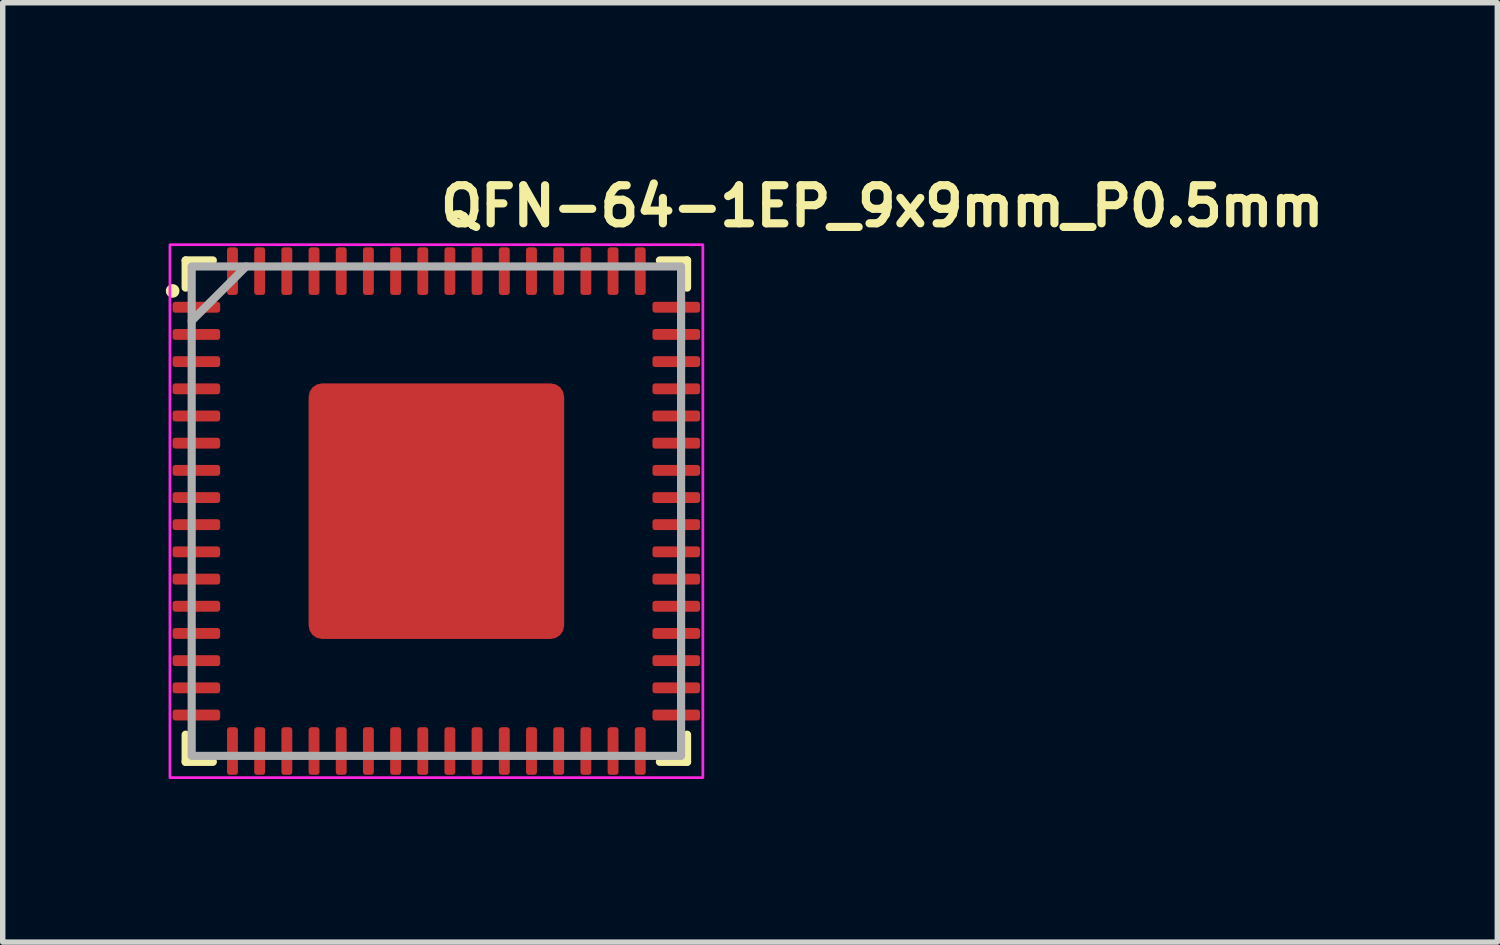
<source format=kicad_pcb>
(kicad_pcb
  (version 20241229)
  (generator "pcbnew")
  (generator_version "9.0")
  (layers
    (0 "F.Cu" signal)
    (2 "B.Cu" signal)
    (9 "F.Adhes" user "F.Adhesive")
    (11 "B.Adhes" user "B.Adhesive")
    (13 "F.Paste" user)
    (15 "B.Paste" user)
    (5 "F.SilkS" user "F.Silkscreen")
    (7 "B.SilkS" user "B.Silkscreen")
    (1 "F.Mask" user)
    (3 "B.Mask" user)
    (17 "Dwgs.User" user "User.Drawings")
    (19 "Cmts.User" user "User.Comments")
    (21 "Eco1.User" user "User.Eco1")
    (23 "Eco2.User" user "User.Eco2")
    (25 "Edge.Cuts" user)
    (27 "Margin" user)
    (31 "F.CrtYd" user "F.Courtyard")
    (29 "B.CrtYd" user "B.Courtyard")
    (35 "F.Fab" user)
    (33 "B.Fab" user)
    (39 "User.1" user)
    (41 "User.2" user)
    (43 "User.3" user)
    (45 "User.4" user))
  (footprint "QFN-64-1EP_9x9mm_P0.5mm"
    (layer "F.Cu")
    (at 4.975 6.35)
    (property "Reference" "QFN-64-1EP_9x9mm_P0.5mm" (at 0 -5.2 0) (layer "F.SilkS") (effects (font (size 0.7 0.7) (thickness 0.15)) (justify left bottom)))
    (attr smd)
    (fp_line (start -4.611 -4.111) (end -4.611 -4.611) (stroke (width 0.15) (type solid)) (layer "F.SilkS"))
    (fp_line (start -4.611 4.61) (end -4.611 4.11) (stroke (width 0.15) (type solid)) (layer "F.SilkS"))
    (fp_line (start -4.111 -4.611) (end -4.611 -4.611) (stroke (width 0.15) (type solid)) (layer "F.SilkS"))
    (fp_line (start -4.111 4.61) (end -4.611 4.61) (stroke (width 0.15) (type solid)) (layer "F.SilkS"))
    (fp_line (start 4.11 -4.611) (end 4.61 -4.611) (stroke (width 0.15) (type solid)) (layer "F.SilkS"))
    (fp_line (start 4.11 4.61) (end 4.61 4.61) (stroke (width 0.15) (type solid)) (layer "F.SilkS"))
    (fp_line (start 4.61 -4.611) (end 4.61 -4.111) (stroke (width 0.15) (type solid)) (layer "F.SilkS"))
    (fp_line (start 4.61 4.61) (end 4.61 4.11) (stroke (width 0.15) (type solid)) (layer "F.SilkS"))
    (fp_circle (center -4.85 -4.05) (end -4.8 -4.05) (stroke (width 0.15) (type solid)) (fill yes) (layer "F.SilkS"))
    (fp_rect (start -4.9 -4.9) (end 4.9 4.9) (stroke (width 0.05) (type solid)) (fill no) (layer "F.CrtYd"))
    (fp_line (start -4.5 -3.5) (end -3.5 -4.5) (stroke (width 0.15) (type solid)) (layer "F.Fab"))
    (fp_rect (start 4.5 4.5) (end -4.5 -4.5) (stroke (width 0.15) (type solid)) (fill no) (layer "F.Fab"))
    (fp_rect (start -4.51 -4.51) (end 4.509 4.509) (stroke (width 0.1) (type solid)) (fill no) (layer "User.5"))
    (fp_line (start -4.51 -3.875) (end -4.51 -3.625) (stroke (width 0.02) (type solid)) (layer "User.9"))
    (fp_line (start -4.51 -3.375) (end -4.51 -3.125) (stroke (width 0.02) (type solid)) (layer "User.9"))
    (fp_line (start -4.51 -2.875) (end -4.51 -2.625) (stroke (width 0.02) (type solid)) (layer "User.9"))
    (fp_line (start -4.51 -2.375) (end -4.51 -2.125) (stroke (width 0.02) (type solid)) (layer "User.9"))
    (fp_line (start -4.51 -1.875) (end -4.51 -1.625) (stroke (width 0.02) (type solid)) (layer "User.9"))
    (fp_line (start -4.51 -1.375) (end -4.51 -1.125) (stroke (width 0.02) (type solid)) (layer "User.9"))
    (fp_line (start -4.51 -0.875) (end -4.51 -0.625) (stroke (width 0.02) (type solid)) (layer "User.9"))
    (fp_line (start -4.51 -0.375) (end -4.51 -0.125) (stroke (width 0.02) (type solid)) (layer "User.9"))
    (fp_line (start -4.51 0.123) (end -4.51 0.373) (stroke (width 0.02) (type solid)) (layer "User.9"))
    (fp_line (start -4.51 0.623) (end -4.51 0.873) (stroke (width 0.02) (type solid)) (layer "User.9"))
    (fp_line (start -4.51 1.124) (end -4.51 1.374) (stroke (width 0.02) (type solid)) (layer "User.9"))
    (fp_line (start -4.51 1.624) (end -4.51 1.874) (stroke (width 0.02) (type solid)) (layer "User.9"))
    (fp_line (start -4.51 2.124) (end -4.51 2.374) (stroke (width 0.02) (type solid)) (layer "User.9"))
    (fp_line (start -4.51 2.624) (end -4.51 2.874) (stroke (width 0.02) (type solid)) (layer "User.9"))
    (fp_line (start -4.51 3.124) (end -4.51 3.374) (stroke (width 0.02) (type solid)) (layer "User.9"))
    (fp_line (start -4.51 3.624) (end -4.51 3.874) (stroke (width 0.02) (type solid)) (layer "User.9"))
    (fp_line (start -4.5 -4.08) (end -4.5 -3.875) (stroke (width 0.02) (type solid)) (layer "User.9"))
    (fp_line (start -4.5 -3.625) (end -4.5 -3.375) (stroke (width 0.02) (type solid)) (layer "User.9"))
    (fp_line (start -4.5 -3.125) (end -4.5 -2.875) (stroke (width 0.02) (type solid)) (layer "User.9"))
    (fp_line (start -4.5 -2.625) (end -4.5 -2.375) (stroke (width 0.02) (type solid)) (layer "User.9"))
    (fp_line (start -4.5 -2.125) (end -4.5 -1.875) (stroke (width 0.02) (type solid)) (layer "User.9"))
    (fp_line (start -4.5 -1.625) (end -4.5 -1.375) (stroke (width 0.02) (type solid)) (layer "User.9"))
    (fp_line (start -4.5 -1.125) (end -4.5 -0.875) (stroke (width 0.02) (type solid)) (layer "User.9"))
    (fp_line (start -4.5 -0.625) (end -4.5 -0.375) (stroke (width 0.02) (type solid)) (layer "User.9"))
    (fp_line (start -4.5 -0.125) (end -4.5 0.123) (stroke (width 0.02) (type solid)) (layer "User.9"))
    (fp_line (start -4.5 0.373) (end -4.5 0.623) (stroke (width 0.02) (type solid)) (layer "User.9"))
    (fp_line (start -4.5 0.873) (end -4.5 1.124) (stroke (width 0.02) (type solid)) (layer "User.9"))
    (fp_line (start -4.5 1.374) (end -4.5 1.624) (stroke (width 0.02) (type solid)) (layer "User.9"))
    (fp_line (start -4.5 1.874) (end -4.5 2.124) (stroke (width 0.02) (type solid)) (layer "User.9"))
    (fp_line (start -4.5 2.374) (end -4.5 2.624) (stroke (width 0.02) (type solid)) (layer "User.9"))
    (fp_line (start -4.5 2.874) (end -4.5 3.124) (stroke (width 0.02) (type solid)) (layer "User.9"))
    (fp_line (start -4.5 3.374) (end -4.5 3.624) (stroke (width 0.02) (type solid)) (layer "User.9"))
    (fp_line (start -4.5 3.874) (end -4.5 4.078) (stroke (width 0.02) (type solid)) (layer "User.9"))
    (fp_line (start -4.5 4.078) (end -4.08 4.498) (stroke (width 0.02) (type solid)) (layer "User.9"))
    (fp_line (start -4.375 -4.029) (end -4.375 -3.875) (stroke (width 0.02) (type solid)) (layer "User.9"))
    (fp_line (start -4.375 -4.029) (end -4.233 -3.971) (stroke (width 0.02) (type solid)) (layer "User.9"))
    (fp_line (start -4.375 -3.625) (end -4.375 -3.375) (stroke (width 0.02) (type solid)) (layer "User.9"))
    (fp_line (start -4.375 -3.125) (end -4.375 -2.875) (stroke (width 0.02) (type solid)) (layer "User.9"))
    (fp_line (start -4.375 -2.625) (end -4.375 -2.375) (stroke (width 0.02) (type solid)) (layer "User.9"))
    (fp_line (start -4.375 -2.125) (end -4.375 -1.875) (stroke (width 0.02) (type solid)) (layer "User.9"))
    (fp_line (start -4.375 -1.625) (end -4.375 -1.375) (stroke (width 0.02) (type solid)) (layer "User.9"))
    (fp_line (start -4.375 -1.125) (end -4.375 -0.875) (stroke (width 0.02) (type solid)) (layer "User.9"))
    (fp_line (start -4.375 -0.625) (end -4.375 -0.375) (stroke (width 0.02) (type solid)) (layer "User.9"))
    (fp_line (start -4.375 -0.125) (end -4.375 0.123) (stroke (width 0.02) (type solid)) (layer "User.9"))
    (fp_line (start -4.375 0.373) (end -4.375 0.623) (stroke (width 0.02) (type solid)) (layer "User.9"))
    (fp_line (start -4.375 0.873) (end -4.375 1.124) (stroke (width 0.02) (type solid)) (layer "User.9"))
    (fp_line (start -4.375 1.374) (end -4.375 1.624) (stroke (width 0.02) (type solid)) (layer "User.9"))
    (fp_line (start -4.375 1.874) (end -4.375 2.124) (stroke (width 0.02) (type solid)) (layer "User.9"))
    (fp_line (start -4.375 2.374) (end -4.375 2.624) (stroke (width 0.02) (type solid)) (layer "User.9"))
    (fp_line (start -4.375 2.874) (end -4.375 3.124) (stroke (width 0.02) (type solid)) (layer "User.9"))
    (fp_line (start -4.375 3.374) (end -4.375 3.624) (stroke (width 0.02) (type solid)) (layer "User.9"))
    (fp_line (start -4.375 3.874) (end -4.375 4.028) (stroke (width 0.02) (type solid)) (layer "User.9"))
    (fp_line (start -4.375 4.028) (end -4.029 4.373) (stroke (width 0.02) (type solid)) (layer "User.9"))
    (fp_line (start -4.374 -3.875) (end -4.51 -3.875) (stroke (width 0.02) (type solid)) (layer "User.9"))
    (fp_line (start -4.374 -3.875) (end -4.374 -3.625) (stroke (width 0.02) (type solid)) (layer "User.9"))
    (fp_line (start -4.374 -3.625) (end -4.51 -3.625) (stroke (width 0.02) (type solid)) (layer "User.9"))
    (fp_line (start -4.374 -3.375) (end -4.51 -3.375) (stroke (width 0.02) (type solid)) (layer "User.9"))
    (fp_line (start -4.374 -3.375) (end -4.374 -3.125) (stroke (width 0.02) (type solid)) (layer "User.9"))
    (fp_line (start -4.374 -3.125) (end -4.51 -3.125) (stroke (width 0.02) (type solid)) (layer "User.9"))
    (fp_line (start -4.374 -2.875) (end -4.51 -2.875) (stroke (width 0.02) (type solid)) (layer "User.9"))
    (fp_line (start -4.374 -2.875) (end -4.374 -2.625) (stroke (width 0.02) (type solid)) (layer "User.9"))
    (fp_line (start -4.374 -2.625) (end -4.51 -2.625) (stroke (width 0.02) (type solid)) (layer "User.9"))
    (fp_line (start -4.374 -2.375) (end -4.51 -2.375) (stroke (width 0.02) (type solid)) (layer "User.9"))
    (fp_line (start -4.374 -2.375) (end -4.374 -2.125) (stroke (width 0.02) (type solid)) (layer "User.9"))
    (fp_line (start -4.374 -2.125) (end -4.51 -2.125) (stroke (width 0.02) (type solid)) (layer "User.9"))
    (fp_line (start -4.374 -1.875) (end -4.51 -1.875) (stroke (width 0.02) (type solid)) (layer "User.9"))
    (fp_line (start -4.374 -1.875) (end -4.374 -1.625) (stroke (width 0.02) (type solid)) (layer "User.9"))
    (fp_line (start -4.374 -1.625) (end -4.51 -1.625) (stroke (width 0.02) (type solid)) (layer "User.9"))
    (fp_line (start -4.374 -1.375) (end -4.51 -1.375) (stroke (width 0.02) (type solid)) (layer "User.9"))
    (fp_line (start -4.374 -1.375) (end -4.374 -1.125) (stroke (width 0.02) (type solid)) (layer "User.9"))
    (fp_line (start -4.374 -1.125) (end -4.51 -1.125) (stroke (width 0.02) (type solid)) (layer "User.9"))
    (fp_line (start -4.374 -0.875) (end -4.51 -0.875) (stroke (width 0.02) (type solid)) (layer "User.9"))
    (fp_line (start -4.374 -0.875) (end -4.374 -0.625) (stroke (width 0.02) (type solid)) (layer "User.9"))
    (fp_line (start -4.374 -0.625) (end -4.51 -0.625) (stroke (width 0.02) (type solid)) (layer "User.9"))
    (fp_line (start -4.374 -0.375) (end -4.51 -0.375) (stroke (width 0.02) (type solid)) (layer "User.9"))
    (fp_line (start -4.374 -0.375) (end -4.374 -0.125) (stroke (width 0.02) (type solid)) (layer "User.9"))
    (fp_line (start -4.374 -0.125) (end -4.51 -0.125) (stroke (width 0.02) (type solid)) (layer "User.9"))
    (fp_line (start -4.374 0.123) (end -4.51 0.123) (stroke (width 0.02) (type solid)) (layer "User.9"))
    (fp_line (start -4.374 0.123) (end -4.374 0.373) (stroke (width 0.02) (type solid)) (layer "User.9"))
    (fp_line (start -4.374 0.373) (end -4.51 0.373) (stroke (width 0.02) (type solid)) (layer "User.9"))
    (fp_line (start -4.374 0.623) (end -4.51 0.623) (stroke (width 0.02) (type solid)) (layer "User.9"))
    (fp_line (start -4.374 0.623) (end -4.374 0.873) (stroke (width 0.02) (type solid)) (layer "User.9"))
    (fp_line (start -4.374 0.873) (end -4.51 0.873) (stroke (width 0.02) (type solid)) (layer "User.9"))
    (fp_line (start -4.374 1.124) (end -4.51 1.124) (stroke (width 0.02) (type solid)) (layer "User.9"))
    (fp_line (start -4.374 1.124) (end -4.374 1.374) (stroke (width 0.02) (type solid)) (layer "User.9"))
    (fp_line (start -4.374 1.374) (end -4.51 1.374) (stroke (width 0.02) (type solid)) (layer "User.9"))
    (fp_line (start -4.374 1.624) (end -4.51 1.624) (stroke (width 0.02) (type solid)) (layer "User.9"))
    (fp_line (start -4.374 1.624) (end -4.374 1.874) (stroke (width 0.02) (type solid)) (layer "User.9"))
    (fp_line (start -4.374 1.874) (end -4.51 1.874) (stroke (width 0.02) (type solid)) (layer "User.9"))
    (fp_line (start -4.374 2.124) (end -4.51 2.124) (stroke (width 0.02) (type solid)) (layer "User.9"))
    (fp_line (start -4.374 2.124) (end -4.374 2.374) (stroke (width 0.02) (type solid)) (layer "User.9"))
    (fp_line (start -4.374 2.374) (end -4.51 2.374) (stroke (width 0.02) (type solid)) (layer "User.9"))
    (fp_line (start -4.374 2.624) (end -4.51 2.624) (stroke (width 0.02) (type solid)) (layer "User.9"))
    (fp_line (start -4.374 2.624) (end -4.374 2.874) (stroke (width 0.02) (type solid)) (layer "User.9"))
    (fp_line (start -4.374 2.874) (end -4.51 2.874) (stroke (width 0.02) (type solid)) (layer "User.9"))
    (fp_line (start -4.374 3.124) (end -4.51 3.124) (stroke (width 0.02) (type solid)) (layer "User.9"))
    (fp_line (start -4.374 3.124) (end -4.374 3.374) (stroke (width 0.02) (type solid)) (layer "User.9"))
    (fp_line (start -4.374 3.374) (end -4.51 3.374) (stroke (width 0.02) (type solid)) (layer "User.9"))
    (fp_line (start -4.374 3.624) (end -4.51 3.624) (stroke (width 0.02) (type solid)) (layer "User.9"))
    (fp_line (start -4.374 3.624) (end -4.374 3.874) (stroke (width 0.02) (type solid)) (layer "User.9"))
    (fp_line (start -4.374 3.874) (end -4.51 3.874) (stroke (width 0.02) (type solid)) (layer "User.9"))
    (fp_line (start -4.233 -3.971) (end -4.233 3.968) (stroke (width 0.02) (type solid)) (layer "User.9"))
    (fp_line (start -4.233 3.968) (end -4.375 4.028) (stroke (width 0.02) (type solid)) (layer "User.9"))
    (fp_line (start -4.233 3.968) (end -3.971 4.232) (stroke (width 0.02) (type solid)) (layer "User.9"))
    (fp_line (start -4.1 -3.786) (end -4.096 -3.805) (stroke (width 0.02) (type solid)) (layer "User.9"))
    (fp_line (start -4.1 -3.77) (end -4.1 -3.786) (stroke (width 0.02) (type solid)) (layer "User.9"))
    (fp_line (start -4.1 -3.75) (end -4.1 -3.77) (stroke (width 0.02) (type solid)) (layer "User.9"))
    (fp_line (start -4.1 -3.734) (end -4.1 -3.751) (stroke (width 0.02) (type solid)) (layer "User.9"))
    (fp_line (start -4.1 -3.715) (end -4.1 -3.734) (stroke (width 0.02) (type solid)) (layer "User.9"))
    (fp_line (start -4.096 -3.805) (end -4.093 -3.822) (stroke (width 0.02) (type solid)) (layer "User.9"))
    (fp_line (start -4.096 -3.697) (end -4.1 -3.715) (stroke (width 0.02) (type solid)) (layer "User.9"))
    (fp_line (start -4.093 -3.822) (end -4.09 -3.838) (stroke (width 0.02) (type solid)) (layer "User.9"))
    (fp_line (start -4.093 -3.681) (end -4.096 -3.697) (stroke (width 0.02) (type solid)) (layer "User.9"))
    (fp_line (start -4.09 -3.838) (end -4.085 -3.855) (stroke (width 0.02) (type solid)) (layer "User.9"))
    (fp_line (start -4.09 -3.664) (end -4.093 -3.681) (stroke (width 0.02) (type solid)) (layer "User.9"))
    (fp_line (start -4.085 -3.855) (end -4.079 -3.871) (stroke (width 0.02) (type solid)) (layer "User.9"))
    (fp_line (start -4.085 -3.646) (end -4.09 -3.664) (stroke (width 0.02) (type solid)) (layer "User.9"))
    (fp_line (start -4.08 -4.5) (end -4.5 -4.08) (stroke (width 0.02) (type solid)) (layer "User.9"))
    (fp_line (start -4.08 4.498) (end -3.875 4.498) (stroke (width 0.02) (type solid)) (layer "User.9"))
    (fp_line (start -4.079 -3.871) (end -4.074 -3.887) (stroke (width 0.02) (type solid)) (layer "User.9"))
    (fp_line (start -4.079 -3.63) (end -4.085 -3.646) (stroke (width 0.02) (type solid)) (layer "User.9"))
    (fp_line (start -4.074 -3.887) (end -4.066 -3.903) (stroke (width 0.02) (type solid)) (layer "User.9"))
    (fp_line (start -4.074 -3.614) (end -4.079 -3.63) (stroke (width 0.02) (type solid)) (layer "User.9"))
    (fp_line (start -4.066 -3.903) (end -4.058 -3.918) (stroke (width 0.02) (type solid)) (layer "User.9"))
    (fp_line (start -4.066 -3.6) (end -4.074 -3.614) (stroke (width 0.02) (type solid)) (layer "User.9"))
    (fp_line (start -4.058 -3.918) (end -4.05 -3.932) (stroke (width 0.02) (type solid)) (layer "User.9"))
    (fp_line (start -4.058 -3.584) (end -4.066 -3.6) (stroke (width 0.02) (type solid)) (layer "User.9"))
    (fp_line (start -4.05 -3.932) (end -4.042 -3.947) (stroke (width 0.02) (type solid)) (layer "User.9"))
    (fp_line (start -4.05 -3.569) (end -4.058 -3.584) (stroke (width 0.02) (type solid)) (layer "User.9"))
    (fp_line (start -4.042 -3.947) (end -4.031 -3.96) (stroke (width 0.02) (type solid)) (layer "User.9"))
    (fp_line (start -4.042 -3.556) (end -4.05 -3.569) (stroke (width 0.02) (type solid)) (layer "User.9"))
    (fp_line (start -4.031 -3.96) (end -4.021 -3.973) (stroke (width 0.02) (type solid)) (layer "User.9"))
    (fp_line (start -4.031 -3.541) (end -4.042 -3.556) (stroke (width 0.02) (type solid)) (layer "User.9"))
    (fp_line (start -4.029 -4.375) (end -4.375 -4.029) (stroke (width 0.02) (type solid)) (layer "User.9"))
    (fp_line (start -4.029 4.373) (end -3.875 4.373) (stroke (width 0.02) (type solid)) (layer "User.9"))
    (fp_line (start -4.021 -3.973) (end -4.01 -3.987) (stroke (width 0.02) (type solid)) (layer "User.9"))
    (fp_line (start -4.021 -3.528) (end -4.031 -3.541) (stroke (width 0.02) (type solid)) (layer "User.9"))
    (fp_line (start -4.01 -3.987) (end -3.999 -3.999) (stroke (width 0.02) (type solid)) (layer "User.9"))
    (fp_line (start -4.01 -3.516) (end -4.021 -3.528) (stroke (width 0.02) (type solid)) (layer "User.9"))
    (fp_line (start -3.999 -3.999) (end -3.987 -4.01) (stroke (width 0.02) (type solid)) (layer "User.9"))
    (fp_line (start -3.999 -3.504) (end -4.01 -3.516) (stroke (width 0.02) (type solid)) (layer "User.9"))
    (fp_line (start -3.987 -4.01) (end -3.973 -4.021) (stroke (width 0.02) (type solid)) (layer "User.9"))
    (fp_line (start -3.987 -3.492) (end -3.999 -3.504) (stroke (width 0.02) (type solid)) (layer "User.9"))
    (fp_line (start -3.973 -4.021) (end -3.96 -4.031) (stroke (width 0.02) (type solid)) (layer "User.9"))
    (fp_line (start -3.973 -3.481) (end -3.987 -3.492) (stroke (width 0.02) (type solid)) (layer "User.9"))
    (fp_line (start -3.971 -4.233) (end -4.233 -3.971) (stroke (width 0.02) (type solid)) (layer "User.9"))
    (fp_line (start -3.971 -4.233) (end -4.029 -4.375) (stroke (width 0.02) (type solid)) (layer "User.9"))
    (fp_line (start -3.971 4.232) (end -4.029 4.373) (stroke (width 0.02) (type solid)) (layer "User.9"))
    (fp_line (start -3.971 4.232) (end 3.968 4.232) (stroke (width 0.02) (type solid)) (layer "User.9"))
    (fp_line (start -3.96 -4.031) (end -3.947 -4.042) (stroke (width 0.02) (type solid)) (layer "User.9"))
    (fp_line (start -3.96 -3.471) (end -3.973 -3.481) (stroke (width 0.02) (type solid)) (layer "User.9"))
    (fp_line (start -3.947 -4.042) (end -3.932 -4.05) (stroke (width 0.02) (type solid)) (layer "User.9"))
    (fp_line (start -3.947 -3.46) (end -3.96 -3.471) (stroke (width 0.02) (type solid)) (layer "User.9"))
    (fp_line (start -3.932 -4.05) (end -3.918 -4.058) (stroke (width 0.02) (type solid)) (layer "User.9"))
    (fp_line (start -3.932 -3.451) (end -3.947 -3.46) (stroke (width 0.02) (type solid)) (layer "User.9"))
    (fp_line (start -3.918 -4.058) (end -3.903 -4.066) (stroke (width 0.02) (type solid)) (layer "User.9"))
    (fp_line (start -3.918 -3.443) (end -3.932 -3.451) (stroke (width 0.02) (type solid)) (layer "User.9"))
    (fp_line (start -3.903 -4.066) (end -3.887 -4.074) (stroke (width 0.02) (type solid)) (layer "User.9"))
    (fp_line (start -3.903 -3.435) (end -3.918 -3.443) (stroke (width 0.02) (type solid)) (layer "User.9"))
    (fp_line (start -3.887 -4.074) (end -3.871 -4.079) (stroke (width 0.02) (type solid)) (layer "User.9"))
    (fp_line (start -3.887 -3.428) (end -3.903 -3.435) (stroke (width 0.02) (type solid)) (layer "User.9"))
    (fp_line (start -3.875 -4.5) (end -4.08 -4.5) (stroke (width 0.02) (type solid)) (layer "User.9"))
    (fp_line (start -3.875 -4.375) (end -4.029 -4.375) (stroke (width 0.02) (type solid)) (layer "User.9"))
    (fp_line (start -3.875 -4.374) (end -3.875 -4.51) (stroke (width 0.02) (type solid)) (layer "User.9"))
    (fp_line (start -3.875 4.371) (end -3.875 4.509) (stroke (width 0.02) (type solid)) (layer "User.9"))
    (fp_line (start -3.875 4.371) (end -3.625 4.371) (stroke (width 0.02) (type solid)) (layer "User.9"))
    (fp_line (start -3.875 4.509) (end -3.625 4.509) (stroke (width 0.02) (type solid)) (layer "User.9"))
    (fp_line (start -3.871 -4.079) (end -3.855 -4.085) (stroke (width 0.02) (type solid)) (layer "User.9"))
    (fp_line (start -3.871 -3.423) (end -3.887 -3.428) (stroke (width 0.02) (type solid)) (layer "User.9"))
    (fp_line (start -3.855 -4.085) (end -3.838 -4.09) (stroke (width 0.02) (type solid)) (layer "User.9"))
    (fp_line (start -3.855 -3.416) (end -3.871 -3.423) (stroke (width 0.02) (type solid)) (layer "User.9"))
    (fp_line (start -3.838 -4.09) (end -3.822 -4.093) (stroke (width 0.02) (type solid)) (layer "User.9"))
    (fp_line (start -3.838 -3.412) (end -3.855 -3.416) (stroke (width 0.02) (type solid)) (layer "User.9"))
    (fp_line (start -3.822 -4.093) (end -3.805 -4.096) (stroke (width 0.02) (type solid)) (layer "User.9"))
    (fp_line (start -3.822 -3.408) (end -3.838 -3.412) (stroke (width 0.02) (type solid)) (layer "User.9"))
    (fp_line (start -3.805 -4.096) (end -3.786 -4.098) (stroke (width 0.02) (type solid)) (layer "User.9"))
    (fp_line (start -3.805 -3.406) (end -3.822 -3.408) (stroke (width 0.02) (type solid)) (layer "User.9"))
    (fp_line (start -3.786 -4.098) (end -3.77 -4.1) (stroke (width 0.02) (type solid)) (layer "User.9"))
    (fp_line (start -3.786 -3.403) (end -3.805 -3.406) (stroke (width 0.02) (type solid)) (layer "User.9"))
    (fp_line (start -3.77 -4.1) (end -3.75 -4.1) (stroke (width 0.02) (type solid)) (layer "User.9"))
    (fp_line (start -3.77 -3.402) (end -3.786 -3.403) (stroke (width 0.02) (type solid)) (layer "User.9"))
    (fp_line (start -3.75 -4.1) (end -3.75 -4.1) (stroke (width 0.02) (type solid)) (layer "User.9"))
    (fp_line (start -3.75 -4.1) (end -3.733 -4.1) (stroke (width 0.02) (type solid)) (layer "User.9"))
    (fp_line (start -3.75 -3.402) (end -3.77 -3.402) (stroke (width 0.02) (type solid)) (layer "User.9"))
    (fp_line (start -3.75 -3.402) (end -3.75 -3.402) (stroke (width 0.02) (type solid)) (layer "User.9"))
    (fp_line (start -3.733 -4.1) (end -3.715 -4.098) (stroke (width 0.02) (type solid)) (layer "User.9"))
    (fp_line (start -3.733 -3.402) (end -3.75 -3.402) (stroke (width 0.02) (type solid)) (layer "User.9"))
    (fp_line (start -3.715 -4.098) (end -3.697 -4.096) (stroke (width 0.02) (type solid)) (layer "User.9"))
    (fp_line (start -3.715 -3.403) (end -3.733 -3.402) (stroke (width 0.02) (type solid)) (layer "User.9"))
    (fp_line (start -3.697 -4.096) (end -3.681 -4.093) (stroke (width 0.02) (type solid)) (layer "User.9"))
    (fp_line (start -3.697 -3.406) (end -3.715 -3.403) (stroke (width 0.02) (type solid)) (layer "User.9"))
    (fp_line (start -3.681 -4.093) (end -3.664 -4.09) (stroke (width 0.02) (type solid)) (layer "User.9"))
    (fp_line (start -3.681 -3.408) (end -3.697 -3.406) (stroke (width 0.02) (type solid)) (layer "User.9"))
    (fp_line (start -3.664 -4.09) (end -3.646 -4.085) (stroke (width 0.02) (type solid)) (layer "User.9"))
    (fp_line (start -3.664 -3.412) (end -3.681 -3.408) (stroke (width 0.02) (type solid)) (layer "User.9"))
    (fp_line (start -3.646 -4.085) (end -3.63 -4.079) (stroke (width 0.02) (type solid)) (layer "User.9"))
    (fp_line (start -3.646 -3.416) (end -3.664 -3.412) (stroke (width 0.02) (type solid)) (layer "User.9"))
    (fp_line (start -3.63 -4.079) (end -3.614 -4.074) (stroke (width 0.02) (type solid)) (layer "User.9"))
    (fp_line (start -3.63 -3.423) (end -3.646 -3.416) (stroke (width 0.02) (type solid)) (layer "User.9"))
    (fp_line (start -3.625 -4.51) (end -3.875 -4.51) (stroke (width 0.02) (type solid)) (layer "User.9"))
    (fp_line (start -3.625 -4.374) (end -3.875 -4.374) (stroke (width 0.02) (type solid)) (layer "User.9"))
    (fp_line (start -3.625 -4.374) (end -3.625 -4.51) (stroke (width 0.02) (type solid)) (layer "User.9"))
    (fp_line (start -3.625 4.371) (end -3.625 4.509) (stroke (width 0.02) (type solid)) (layer "User.9"))
    (fp_line (start -3.625 4.373) (end -3.375 4.373) (stroke (width 0.02) (type solid)) (layer "User.9"))
    (fp_line (start -3.625 4.498) (end -3.375 4.498) (stroke (width 0.02) (type solid)) (layer "User.9"))
    (fp_line (start -3.614 -4.074) (end -3.6 -4.066) (stroke (width 0.02) (type solid)) (layer "User.9"))
    (fp_line (start -3.614 -3.428) (end -3.63 -3.423) (stroke (width 0.02) (type solid)) (layer "User.9"))
    (fp_line (start -3.6 -4.066) (end -3.584 -4.058) (stroke (width 0.02) (type solid)) (layer "User.9"))
    (fp_line (start -3.6 -3.435) (end -3.614 -3.428) (stroke (width 0.02) (type solid)) (layer "User.9"))
    (fp_line (start -3.584 -4.058) (end -3.569 -4.05) (stroke (width 0.02) (type solid)) (layer "User.9"))
    (fp_line (start -3.584 -3.443) (end -3.6 -3.435) (stroke (width 0.02) (type solid)) (layer "User.9"))
    (fp_line (start -3.569 -4.05) (end -3.556 -4.042) (stroke (width 0.02) (type solid)) (layer "User.9"))
    (fp_line (start -3.569 -3.451) (end -3.584 -3.443) (stroke (width 0.02) (type solid)) (layer "User.9"))
    (fp_line (start -3.556 -4.042) (end -3.541 -4.031) (stroke (width 0.02) (type solid)) (layer "User.9"))
    (fp_line (start -3.556 -3.46) (end -3.569 -3.451) (stroke (width 0.02) (type solid)) (layer "User.9"))
    (fp_line (start -3.541 -4.031) (end -3.528 -4.021) (stroke (width 0.02) (type solid)) (layer "User.9"))
    (fp_line (start -3.541 -3.471) (end -3.556 -3.46) (stroke (width 0.02) (type solid)) (layer "User.9"))
    (fp_line (start -3.528 -4.021) (end -3.516 -4.01) (stroke (width 0.02) (type solid)) (layer "User.9"))
    (fp_line (start -3.528 -3.481) (end -3.541 -3.471) (stroke (width 0.02) (type solid)) (layer "User.9"))
    (fp_line (start -3.516 -4.01) (end -3.504 -3.999) (stroke (width 0.02) (type solid)) (layer "User.9"))
    (fp_line (start -3.516 -3.492) (end -3.528 -3.481) (stroke (width 0.02) (type solid)) (layer "User.9"))
    (fp_line (start -3.504 -3.999) (end -3.492 -3.987) (stroke (width 0.02) (type solid)) (layer "User.9"))
    (fp_line (start -3.504 -3.504) (end -3.516 -3.492) (stroke (width 0.02) (type solid)) (layer "User.9"))
    (fp_line (start -3.492 -3.987) (end -3.481 -3.973) (stroke (width 0.02) (type solid)) (layer "User.9"))
    (fp_line (start -3.492 -3.516) (end -3.504 -3.504) (stroke (width 0.02) (type solid)) (layer "User.9"))
    (fp_line (start -3.481 -3.973) (end -3.471 -3.96) (stroke (width 0.02) (type solid)) (layer "User.9"))
    (fp_line (start -3.481 -3.528) (end -3.492 -3.516) (stroke (width 0.02) (type solid)) (layer "User.9"))
    (fp_line (start -3.471 -3.96) (end -3.46 -3.947) (stroke (width 0.02) (type solid)) (layer "User.9"))
    (fp_line (start -3.471 -3.541) (end -3.481 -3.528) (stroke (width 0.02) (type solid)) (layer "User.9"))
    (fp_line (start -3.46 -3.947) (end -3.451 -3.932) (stroke (width 0.02) (type solid)) (layer "User.9"))
    (fp_line (start -3.46 -3.556) (end -3.471 -3.541) (stroke (width 0.02) (type solid)) (layer "User.9"))
    (fp_line (start -3.451 -3.932) (end -3.443 -3.918) (stroke (width 0.02) (type solid)) (layer "User.9"))
    (fp_line (start -3.451 -3.569) (end -3.46 -3.556) (stroke (width 0.02) (type solid)) (layer "User.9"))
    (fp_line (start -3.443 -3.918) (end -3.435 -3.903) (stroke (width 0.02) (type solid)) (layer "User.9"))
    (fp_line (start -3.443 -3.584) (end -3.451 -3.569) (stroke (width 0.02) (type solid)) (layer "User.9"))
    (fp_line (start -3.435 -3.903) (end -3.428 -3.887) (stroke (width 0.02) (type solid)) (layer "User.9"))
    (fp_line (start -3.435 -3.6) (end -3.443 -3.584) (stroke (width 0.02) (type solid)) (layer "User.9"))
    (fp_line (start -3.428 -3.887) (end -3.423 -3.871) (stroke (width 0.02) (type solid)) (layer "User.9"))
    (fp_line (start -3.428 -3.614) (end -3.435 -3.6) (stroke (width 0.02) (type solid)) (layer "User.9"))
    (fp_line (start -3.423 -3.871) (end -3.416 -3.855) (stroke (width 0.02) (type solid)) (layer "User.9"))
    (fp_line (start -3.423 -3.63) (end -3.428 -3.614) (stroke (width 0.02) (type solid)) (layer "User.9"))
    (fp_line (start -3.416 -3.855) (end -3.412 -3.838) (stroke (width 0.02) (type solid)) (layer "User.9"))
    (fp_line (start -3.416 -3.646) (end -3.423 -3.63) (stroke (width 0.02) (type solid)) (layer "User.9"))
    (fp_line (start -3.412 -3.838) (end -3.408 -3.822) (stroke (width 0.02) (type solid)) (layer "User.9"))
    (fp_line (start -3.412 -3.664) (end -3.416 -3.646) (stroke (width 0.02) (type solid)) (layer "User.9"))
    (fp_line (start -3.408 -3.822) (end -3.406 -3.805) (stroke (width 0.02) (type solid)) (layer "User.9"))
    (fp_line (start -3.408 -3.681) (end -3.412 -3.664) (stroke (width 0.02) (type solid)) (layer "User.9"))
    (fp_line (start -3.406 -3.805) (end -3.403 -3.786) (stroke (width 0.02) (type solid)) (layer "User.9"))
    (fp_line (start -3.406 -3.697) (end -3.408 -3.681) (stroke (width 0.02) (type solid)) (layer "User.9"))
    (fp_line (start -3.403 -3.786) (end -3.402 -3.769) (stroke (width 0.02) (type solid)) (layer "User.9"))
    (fp_line (start -3.403 -3.715) (end -3.406 -3.697) (stroke (width 0.02) (type solid)) (layer "User.9"))
    (fp_line (start -3.402 -3.769) (end -3.4 -3.75) (stroke (width 0.02) (type solid)) (layer "User.9"))
    (fp_line (start -3.402 -3.733) (end -3.403 -3.715) (stroke (width 0.02) (type solid)) (layer "User.9"))
    (fp_line (start -3.4 -3.75) (end -3.402 -3.733) (stroke (width 0.02) (type solid)) (layer "User.9"))
    (fp_line (start -3.375 -4.5) (end -3.625 -4.5) (stroke (width 0.02) (type solid)) (layer "User.9"))
    (fp_line (start -3.375 -4.375) (end -3.625 -4.375) (stroke (width 0.02) (type solid)) (layer "User.9"))
    (fp_line (start -3.375 -4.374) (end -3.375 -4.51) (stroke (width 0.02) (type solid)) (layer "User.9"))
    (fp_line (start -3.375 4.371) (end -3.375 4.509) (stroke (width 0.02) (type solid)) (layer "User.9"))
    (fp_line (start -3.375 4.371) (end -3.125 4.371) (stroke (width 0.02) (type solid)) (layer "User.9"))
    (fp_line (start -3.375 4.509) (end -3.125 4.509) (stroke (width 0.02) (type solid)) (layer "User.9"))
    (fp_line (start -3.125 -4.51) (end -3.375 -4.51) (stroke (width 0.02) (type solid)) (layer "User.9"))
    (fp_line (start -3.125 -4.374) (end -3.375 -4.374) (stroke (width 0.02) (type solid)) (layer "User.9"))
    (fp_line (start -3.125 -4.374) (end -3.125 -4.51) (stroke (width 0.02) (type solid)) (layer "User.9"))
    (fp_line (start -3.125 4.371) (end -3.125 4.509) (stroke (width 0.02) (type solid)) (layer "User.9"))
    (fp_line (start -3.125 4.373) (end -2.875 4.373) (stroke (width 0.02) (type solid)) (layer "User.9"))
    (fp_line (start -3.125 4.498) (end -2.875 4.498) (stroke (width 0.02) (type solid)) (layer "User.9"))
    (fp_line (start -2.875 -4.5) (end -3.125 -4.5) (stroke (width 0.02) (type solid)) (layer "User.9"))
    (fp_line (start -2.875 -4.375) (end -3.125 -4.375) (stroke (width 0.02) (type solid)) (layer "User.9"))
    (fp_line (start -2.875 -4.374) (end -2.875 -4.51) (stroke (width 0.02) (type solid)) (layer "User.9"))
    (fp_line (start -2.875 4.371) (end -2.875 4.509) (stroke (width 0.02) (type solid)) (layer "User.9"))
    (fp_line (start -2.875 4.371) (end -2.625 4.371) (stroke (width 0.02) (type solid)) (layer "User.9"))
    (fp_line (start -2.875 4.509) (end -2.625 4.509) (stroke (width 0.02) (type solid)) (layer "User.9"))
    (fp_line (start -2.625 -4.51) (end -2.875 -4.51) (stroke (width 0.02) (type solid)) (layer "User.9"))
    (fp_line (start -2.625 -4.374) (end -2.875 -4.374) (stroke (width 0.02) (type solid)) (layer "User.9"))
    (fp_line (start -2.625 -4.374) (end -2.625 -4.51) (stroke (width 0.02) (type solid)) (layer "User.9"))
    (fp_line (start -2.625 4.371) (end -2.625 4.509) (stroke (width 0.02) (type solid)) (layer "User.9"))
    (fp_line (start -2.625 4.373) (end -2.375 4.373) (stroke (width 0.02) (type solid)) (layer "User.9"))
    (fp_line (start -2.625 4.498) (end -2.375 4.498) (stroke (width 0.02) (type solid)) (layer "User.9"))
    (fp_line (start -2.375 -4.5) (end -2.625 -4.5) (stroke (width 0.02) (type solid)) (layer "User.9"))
    (fp_line (start -2.375 -4.375) (end -2.625 -4.375) (stroke (width 0.02) (type solid)) (layer "User.9"))
    (fp_line (start -2.375 -4.374) (end -2.375 -4.51) (stroke (width 0.02) (type solid)) (layer "User.9"))
    (fp_line (start -2.375 4.371) (end -2.375 4.509) (stroke (width 0.02) (type solid)) (layer "User.9"))
    (fp_line (start -2.375 4.371) (end -2.125 4.371) (stroke (width 0.02) (type solid)) (layer "User.9"))
    (fp_line (start -2.375 4.509) (end -2.125 4.509) (stroke (width 0.02) (type solid)) (layer "User.9"))
    (fp_line (start -2.125 -4.51) (end -2.375 -4.51) (stroke (width 0.02) (type solid)) (layer "User.9"))
    (fp_line (start -2.125 -4.374) (end -2.375 -4.374) (stroke (width 0.02) (type solid)) (layer "User.9"))
    (fp_line (start -2.125 -4.374) (end -2.125 -4.51) (stroke (width 0.02) (type solid)) (layer "User.9"))
    (fp_line (start -2.125 4.371) (end -2.125 4.509) (stroke (width 0.02) (type solid)) (layer "User.9"))
    (fp_line (start -2.125 4.373) (end -1.875 4.373) (stroke (width 0.02) (type solid)) (layer "User.9"))
    (fp_line (start -2.125 4.498) (end -1.875 4.498) (stroke (width 0.02) (type solid)) (layer "User.9"))
    (fp_line (start -1.875 -4.5) (end -2.125 -4.5) (stroke (width 0.02) (type solid)) (layer "User.9"))
    (fp_line (start -1.875 -4.375) (end -2.125 -4.375) (stroke (width 0.02) (type solid)) (layer "User.9"))
    (fp_line (start -1.875 -4.374) (end -1.875 -4.51) (stroke (width 0.02) (type solid)) (layer "User.9"))
    (fp_line (start -1.875 4.371) (end -1.875 4.509) (stroke (width 0.02) (type solid)) (layer "User.9"))
    (fp_line (start -1.875 4.371) (end -1.625 4.371) (stroke (width 0.02) (type solid)) (layer "User.9"))
    (fp_line (start -1.875 4.509) (end -1.625 4.509) (stroke (width 0.02) (type solid)) (layer "User.9"))
    (fp_line (start -1.625 -4.51) (end -1.875 -4.51) (stroke (width 0.02) (type solid)) (layer "User.9"))
    (fp_line (start -1.625 -4.374) (end -1.875 -4.374) (stroke (width 0.02) (type solid)) (layer "User.9"))
    (fp_line (start -1.625 -4.374) (end -1.625 -4.51) (stroke (width 0.02) (type solid)) (layer "User.9"))
    (fp_line (start -1.625 4.371) (end -1.625 4.509) (stroke (width 0.02) (type solid)) (layer "User.9"))
    (fp_line (start -1.625 4.373) (end -1.375 4.373) (stroke (width 0.02) (type solid)) (layer "User.9"))
    (fp_line (start -1.625 4.498) (end -1.375 4.498) (stroke (width 0.02) (type solid)) (layer "User.9"))
    (fp_line (start -1.375 -4.5) (end -1.625 -4.5) (stroke (width 0.02) (type solid)) (layer "User.9"))
    (fp_line (start -1.375 -4.375) (end -1.625 -4.375) (stroke (width 0.02) (type solid)) (layer "User.9"))
    (fp_line (start -1.375 -4.374) (end -1.375 -4.51) (stroke (width 0.02) (type solid)) (layer "User.9"))
    (fp_line (start -1.375 4.371) (end -1.375 4.509) (stroke (width 0.02) (type solid)) (layer "User.9"))
    (fp_line (start -1.375 4.371) (end -1.125 4.371) (stroke (width 0.02) (type solid)) (layer "User.9"))
    (fp_line (start -1.375 4.509) (end -1.125 4.509) (stroke (width 0.02) (type solid)) (layer "User.9"))
    (fp_line (start -1.125 -4.51) (end -1.375 -4.51) (stroke (width 0.02) (type solid)) (layer "User.9"))
    (fp_line (start -1.125 -4.374) (end -1.375 -4.374) (stroke (width 0.02) (type solid)) (layer "User.9"))
    (fp_line (start -1.125 -4.374) (end -1.125 -4.51) (stroke (width 0.02) (type solid)) (layer "User.9"))
    (fp_line (start -1.125 4.371) (end -1.125 4.509) (stroke (width 0.02) (type solid)) (layer "User.9"))
    (fp_line (start -1.125 4.373) (end -0.875 4.373) (stroke (width 0.02) (type solid)) (layer "User.9"))
    (fp_line (start -1.125 4.498) (end -0.875 4.498) (stroke (width 0.02) (type solid)) (layer "User.9"))
    (fp_line (start -0.875 -4.5) (end -1.125 -4.5) (stroke (width 0.02) (type solid)) (layer "User.9"))
    (fp_line (start -0.875 -4.375) (end -1.125 -4.375) (stroke (width 0.02) (type solid)) (layer "User.9"))
    (fp_line (start -0.875 -4.374) (end -0.875 -4.51) (stroke (width 0.02) (type solid)) (layer "User.9"))
    (fp_line (start -0.875 4.371) (end -0.875 4.509) (stroke (width 0.02) (type solid)) (layer "User.9"))
    (fp_line (start -0.875 4.371) (end -0.625 4.371) (stroke (width 0.02) (type solid)) (layer "User.9"))
    (fp_line (start -0.875 4.509) (end -0.625 4.509) (stroke (width 0.02) (type solid)) (layer "User.9"))
    (fp_line (start -0.625 -4.51) (end -0.875 -4.51) (stroke (width 0.02) (type solid)) (layer "User.9"))
    (fp_line (start -0.625 -4.374) (end -0.875 -4.374) (stroke (width 0.02) (type solid)) (layer "User.9"))
    (fp_line (start -0.625 -4.374) (end -0.625 -4.51) (stroke (width 0.02) (type solid)) (layer "User.9"))
    (fp_line (start -0.625 4.371) (end -0.625 4.509) (stroke (width 0.02) (type solid)) (layer "User.9"))
    (fp_line (start -0.625 4.373) (end -0.375 4.373) (stroke (width 0.02) (type solid)) (layer "User.9"))
    (fp_line (start -0.625 4.498) (end -0.375 4.498) (stroke (width 0.02) (type solid)) (layer "User.9"))
    (fp_line (start -0.375 -4.5) (end -0.625 -4.5) (stroke (width 0.02) (type solid)) (layer "User.9"))
    (fp_line (start -0.375 -4.375) (end -0.625 -4.375) (stroke (width 0.02) (type solid)) (layer "User.9"))
    (fp_line (start -0.375 -4.374) (end -0.375 -4.51) (stroke (width 0.02) (type solid)) (layer "User.9"))
    (fp_line (start -0.375 4.371) (end -0.375 4.509) (stroke (width 0.02) (type solid)) (layer "User.9"))
    (fp_line (start -0.375 4.371) (end -0.125 4.371) (stroke (width 0.02) (type solid)) (layer "User.9"))
    (fp_line (start -0.375 4.509) (end -0.125 4.509) (stroke (width 0.02) (type solid)) (layer "User.9"))
    (fp_line (start -0.125 -4.51) (end -0.375 -4.51) (stroke (width 0.02) (type solid)) (layer "User.9"))
    (fp_line (start -0.125 -4.374) (end -0.375 -4.374) (stroke (width 0.02) (type solid)) (layer "User.9"))
    (fp_line (start -0.125 -4.374) (end -0.125 -4.51) (stroke (width 0.02) (type solid)) (layer "User.9"))
    (fp_line (start -0.125 4.371) (end -0.125 4.509) (stroke (width 0.02) (type solid)) (layer "User.9"))
    (fp_line (start -0.125 4.373) (end 0.123 4.373) (stroke (width 0.02) (type solid)) (layer "User.9"))
    (fp_line (start -0.125 4.498) (end 0.123 4.498) (stroke (width 0.02) (type solid)) (layer "User.9"))
    (fp_line (start 0.123 -4.5) (end -0.125 -4.5) (stroke (width 0.02) (type solid)) (layer "User.9"))
    (fp_line (start 0.123 -4.375) (end -0.125 -4.375) (stroke (width 0.02) (type solid)) (layer "User.9"))
    (fp_line (start 0.123 -4.374) (end 0.123 -4.51) (stroke (width 0.02) (type solid)) (layer "User.9"))
    (fp_line (start 0.123 4.371) (end 0.123 4.509) (stroke (width 0.02) (type solid)) (layer "User.9"))
    (fp_line (start 0.123 4.371) (end 0.373 4.371) (stroke (width 0.02) (type solid)) (layer "User.9"))
    (fp_line (start 0.123 4.509) (end 0.373 4.509) (stroke (width 0.02) (type solid)) (layer "User.9"))
    (fp_line (start 0.373 -4.51) (end 0.123 -4.51) (stroke (width 0.02) (type solid)) (layer "User.9"))
    (fp_line (start 0.373 -4.374) (end 0.123 -4.374) (stroke (width 0.02) (type solid)) (layer "User.9"))
    (fp_line (start 0.373 -4.374) (end 0.373 -4.51) (stroke (width 0.02) (type solid)) (layer "User.9"))
    (fp_line (start 0.373 4.371) (end 0.373 4.509) (stroke (width 0.02) (type solid)) (layer "User.9"))
    (fp_line (start 0.373 4.373) (end 0.623 4.373) (stroke (width 0.02) (type solid)) (layer "User.9"))
    (fp_line (start 0.373 4.498) (end 0.623 4.498) (stroke (width 0.02) (type solid)) (layer "User.9"))
    (fp_line (start 0.623 -4.5) (end 0.373 -4.5) (stroke (width 0.02) (type solid)) (layer "User.9"))
    (fp_line (start 0.623 -4.375) (end 0.373 -4.375) (stroke (width 0.02) (type solid)) (layer "User.9"))
    (fp_line (start 0.623 -4.374) (end 0.623 -4.51) (stroke (width 0.02) (type solid)) (layer "User.9"))
    (fp_line (start 0.623 4.371) (end 0.623 4.509) (stroke (width 0.02) (type solid)) (layer "User.9"))
    (fp_line (start 0.623 4.371) (end 0.873 4.371) (stroke (width 0.02) (type solid)) (layer "User.9"))
    (fp_line (start 0.623 4.509) (end 0.873 4.509) (stroke (width 0.02) (type solid)) (layer "User.9"))
    (fp_line (start 0.873 -4.51) (end 0.623 -4.51) (stroke (width 0.02) (type solid)) (layer "User.9"))
    (fp_line (start 0.873 -4.374) (end 0.623 -4.374) (stroke (width 0.02) (type solid)) (layer "User.9"))
    (fp_line (start 0.873 -4.374) (end 0.873 -4.51) (stroke (width 0.02) (type solid)) (layer "User.9"))
    (fp_line (start 0.873 4.371) (end 0.873 4.509) (stroke (width 0.02) (type solid)) (layer "User.9"))
    (fp_line (start 0.873 4.373) (end 1.124 4.373) (stroke (width 0.02) (type solid)) (layer "User.9"))
    (fp_line (start 0.873 4.498) (end 1.124 4.498) (stroke (width 0.02) (type solid)) (layer "User.9"))
    (fp_line (start 1.124 -4.5) (end 0.873 -4.5) (stroke (width 0.02) (type solid)) (layer "User.9"))
    (fp_line (start 1.124 -4.375) (end 0.873 -4.375) (stroke (width 0.02) (type solid)) (layer "User.9"))
    (fp_line (start 1.124 -4.374) (end 1.124 -4.51) (stroke (width 0.02) (type solid)) (layer "User.9"))
    (fp_line (start 1.124 4.371) (end 1.124 4.509) (stroke (width 0.02) (type solid)) (layer "User.9"))
    (fp_line (start 1.124 4.371) (end 1.374 4.371) (stroke (width 0.02) (type solid)) (layer "User.9"))
    (fp_line (start 1.124 4.509) (end 1.374 4.509) (stroke (width 0.02) (type solid)) (layer "User.9"))
    (fp_line (start 1.374 -4.51) (end 1.124 -4.51) (stroke (width 0.02) (type solid)) (layer "User.9"))
    (fp_line (start 1.374 -4.374) (end 1.124 -4.374) (stroke (width 0.02) (type solid)) (layer "User.9"))
    (fp_line (start 1.374 -4.374) (end 1.374 -4.51) (stroke (width 0.02) (type solid)) (layer "User.9"))
    (fp_line (start 1.374 4.371) (end 1.374 4.509) (stroke (width 0.02) (type solid)) (layer "User.9"))
    (fp_line (start 1.374 4.373) (end 1.624 4.373) (stroke (width 0.02) (type solid)) (layer "User.9"))
    (fp_line (start 1.374 4.498) (end 1.624 4.498) (stroke (width 0.02) (type solid)) (layer "User.9"))
    (fp_line (start 1.624 -4.5) (end 1.374 -4.5) (stroke (width 0.02) (type solid)) (layer "User.9"))
    (fp_line (start 1.624 -4.375) (end 1.374 -4.375) (stroke (width 0.02) (type solid)) (layer "User.9"))
    (fp_line (start 1.624 -4.374) (end 1.624 -4.51) (stroke (width 0.02) (type solid)) (layer "User.9"))
    (fp_line (start 1.624 4.371) (end 1.624 4.509) (stroke (width 0.02) (type solid)) (layer "User.9"))
    (fp_line (start 1.624 4.371) (end 1.874 4.371) (stroke (width 0.02) (type solid)) (layer "User.9"))
    (fp_line (start 1.624 4.509) (end 1.874 4.509) (stroke (width 0.02) (type solid)) (layer "User.9"))
    (fp_line (start 1.874 -4.51) (end 1.624 -4.51) (stroke (width 0.02) (type solid)) (layer "User.9"))
    (fp_line (start 1.874 -4.374) (end 1.624 -4.374) (stroke (width 0.02) (type solid)) (layer "User.9"))
    (fp_line (start 1.874 -4.374) (end 1.874 -4.51) (stroke (width 0.02) (type solid)) (layer "User.9"))
    (fp_line (start 1.874 4.371) (end 1.874 4.509) (stroke (width 0.02) (type solid)) (layer "User.9"))
    (fp_line (start 1.874 4.373) (end 2.124 4.373) (stroke (width 0.02) (type solid)) (layer "User.9"))
    (fp_line (start 1.874 4.498) (end 2.124 4.498) (stroke (width 0.02) (type solid)) (layer "User.9"))
    (fp_line (start 2.124 -4.5) (end 1.874 -4.5) (stroke (width 0.02) (type solid)) (layer "User.9"))
    (fp_line (start 2.124 -4.375) (end 1.874 -4.375) (stroke (width 0.02) (type solid)) (layer "User.9"))
    (fp_line (start 2.124 -4.374) (end 2.124 -4.51) (stroke (width 0.02) (type solid)) (layer "User.9"))
    (fp_line (start 2.124 4.371) (end 2.124 4.509) (stroke (width 0.02) (type solid)) (layer "User.9"))
    (fp_line (start 2.124 4.371) (end 2.374 4.371) (stroke (width 0.02) (type solid)) (layer "User.9"))
    (fp_line (start 2.124 4.509) (end 2.374 4.509) (stroke (width 0.02) (type solid)) (layer "User.9"))
    (fp_line (start 2.374 -4.51) (end 2.124 -4.51) (stroke (width 0.02) (type solid)) (layer "User.9"))
    (fp_line (start 2.374 -4.374) (end 2.124 -4.374) (stroke (width 0.02) (type solid)) (layer "User.9"))
    (fp_line (start 2.374 -4.374) (end 2.374 -4.51) (stroke (width 0.02) (type solid)) (layer "User.9"))
    (fp_line (start 2.374 4.371) (end 2.374 4.509) (stroke (width 0.02) (type solid)) (layer "User.9"))
    (fp_line (start 2.374 4.373) (end 2.624 4.373) (stroke (width 0.02) (type solid)) (layer "User.9"))
    (fp_line (start 2.374 4.498) (end 2.624 4.498) (stroke (width 0.02) (type solid)) (layer "User.9"))
    (fp_line (start 2.624 -4.5) (end 2.374 -4.5) (stroke (width 0.02) (type solid)) (layer "User.9"))
    (fp_line (start 2.624 -4.375) (end 2.374 -4.375) (stroke (width 0.02) (type solid)) (layer "User.9"))
    (fp_line (start 2.624 -4.374) (end 2.624 -4.51) (stroke (width 0.02) (type solid)) (layer "User.9"))
    (fp_line (start 2.624 4.371) (end 2.624 4.509) (stroke (width 0.02) (type solid)) (layer "User.9"))
    (fp_line (start 2.624 4.371) (end 2.874 4.371) (stroke (width 0.02) (type solid)) (layer "User.9"))
    (fp_line (start 2.624 4.509) (end 2.874 4.509) (stroke (width 0.02) (type solid)) (layer "User.9"))
    (fp_line (start 2.874 -4.51) (end 2.624 -4.51) (stroke (width 0.02) (type solid)) (layer "User.9"))
    (fp_line (start 2.874 -4.374) (end 2.624 -4.374) (stroke (width 0.02) (type solid)) (layer "User.9"))
    (fp_line (start 2.874 -4.374) (end 2.874 -4.51) (stroke (width 0.02) (type solid)) (layer "User.9"))
    (fp_line (start 2.874 4.371) (end 2.874 4.509) (stroke (width 0.02) (type solid)) (layer "User.9"))
    (fp_line (start 2.874 4.373) (end 3.124 4.373) (stroke (width 0.02) (type solid)) (layer "User.9"))
    (fp_line (start 2.874 4.498) (end 3.124 4.498) (stroke (width 0.02) (type solid)) (layer "User.9"))
    (fp_line (start 3.124 -4.5) (end 2.874 -4.5) (stroke (width 0.02) (type solid)) (layer "User.9"))
    (fp_line (start 3.124 -4.375) (end 2.874 -4.375) (stroke (width 0.02) (type solid)) (layer "User.9"))
    (fp_line (start 3.124 -4.374) (end 3.124 -4.51) (stroke (width 0.02) (type solid)) (layer "User.9"))
    (fp_line (start 3.124 4.371) (end 3.124 4.509) (stroke (width 0.02) (type solid)) (layer "User.9"))
    (fp_line (start 3.124 4.371) (end 3.374 4.371) (stroke (width 0.02) (type solid)) (layer "User.9"))
    (fp_line (start 3.124 4.509) (end 3.374 4.509) (stroke (width 0.02) (type solid)) (layer "User.9"))
    (fp_line (start 3.374 -4.51) (end 3.124 -4.51) (stroke (width 0.02) (type solid)) (layer "User.9"))
    (fp_line (start 3.374 -4.374) (end 3.124 -4.374) (stroke (width 0.02) (type solid)) (layer "User.9"))
    (fp_line (start 3.374 -4.374) (end 3.374 -4.51) (stroke (width 0.02) (type solid)) (layer "User.9"))
    (fp_line (start 3.374 4.371) (end 3.374 4.509) (stroke (width 0.02) (type solid)) (layer "User.9"))
    (fp_line (start 3.374 4.373) (end 3.624 4.373) (stroke (width 0.02) (type solid)) (layer "User.9"))
    (fp_line (start 3.374 4.498) (end 3.624 4.498) (stroke (width 0.02) (type solid)) (layer "User.9"))
    (fp_line (start 3.624 -4.5) (end 3.374 -4.5) (stroke (width 0.02) (type solid)) (layer "User.9"))
    (fp_line (start 3.624 -4.375) (end 3.374 -4.375) (stroke (width 0.02) (type solid)) (layer "User.9"))
    (fp_line (start 3.624 -4.374) (end 3.624 -4.51) (stroke (width 0.02) (type solid)) (layer "User.9"))
    (fp_line (start 3.624 4.371) (end 3.624 4.509) (stroke (width 0.02) (type solid)) (layer "User.9"))
    (fp_line (start 3.624 4.371) (end 3.874 4.371) (stroke (width 0.02) (type solid)) (layer "User.9"))
    (fp_line (start 3.624 4.509) (end 3.874 4.509) (stroke (width 0.02) (type solid)) (layer "User.9"))
    (fp_line (start 3.874 -4.51) (end 3.624 -4.51) (stroke (width 0.02) (type solid)) (layer "User.9"))
    (fp_line (start 3.874 -4.374) (end 3.624 -4.374) (stroke (width 0.02) (type solid)) (layer "User.9"))
    (fp_line (start 3.874 -4.374) (end 3.874 -4.51) (stroke (width 0.02) (type solid)) (layer "User.9"))
    (fp_line (start 3.874 4.371) (end 3.874 4.509) (stroke (width 0.02) (type solid)) (layer "User.9"))
    (fp_line (start 3.874 4.373) (end 4.028 4.373) (stroke (width 0.02) (type solid)) (layer "User.9"))
    (fp_line (start 3.874 4.498) (end 4.078 4.498) (stroke (width 0.02) (type solid)) (layer "User.9"))
    (fp_line (start 3.968 -4.233) (end -3.971 -4.233) (stroke (width 0.02) (type solid)) (layer "User.9"))
    (fp_line (start 3.968 -4.233) (end 4.028 -4.375) (stroke (width 0.02) (type solid)) (layer "User.9"))
    (fp_line (start 3.968 4.232) (end 4.028 4.373) (stroke (width 0.02) (type solid)) (layer "User.9"))
    (fp_line (start 3.968 4.232) (end 4.232 3.968) (stroke (width 0.02) (type solid)) (layer "User.9"))
    (fp_line (start 4.028 -4.375) (end 3.874 -4.375) (stroke (width 0.02) (type solid)) (layer "User.9"))
    (fp_line (start 4.028 4.373) (end 4.373 4.028) (stroke (width 0.02) (type solid)) (layer "User.9"))
    (fp_line (start 4.078 -4.5) (end 3.874 -4.5) (stroke (width 0.02) (type solid)) (layer "User.9"))
    (fp_line (start 4.078 4.498) (end 4.498 4.078) (stroke (width 0.02) (type solid)) (layer "User.9"))
    (fp_line (start 4.232 -3.971) (end 3.968 -4.233) (stroke (width 0.02) (type solid)) (layer "User.9"))
    (fp_line (start 4.232 -3.971) (end 4.373 -4.029) (stroke (width 0.02) (type solid)) (layer "User.9"))
    (fp_line (start 4.232 3.968) (end 4.232 -3.971) (stroke (width 0.02) (type solid)) (layer "User.9"))
    (fp_line (start 4.232 3.968) (end 4.373 4.028) (stroke (width 0.02) (type solid)) (layer "User.9"))
    (fp_line (start 4.371 -3.875) (end 4.509 -3.875) (stroke (width 0.02) (type solid)) (layer "User.9"))
    (fp_line (start 4.371 -3.625) (end 4.371 -3.875) (stroke (width 0.02) (type solid)) (layer "User.9"))
    (fp_line (start 4.371 -3.625) (end 4.509 -3.625) (stroke (width 0.02) (type solid)) (layer "User.9"))
    (fp_line (start 4.371 -3.375) (end 4.509 -3.375) (stroke (width 0.02) (type solid)) (layer "User.9"))
    (fp_line (start 4.371 -3.125) (end 4.371 -3.375) (stroke (width 0.02) (type solid)) (layer "User.9"))
    (fp_line (start 4.371 -3.125) (end 4.509 -3.125) (stroke (width 0.02) (type solid)) (layer "User.9"))
    (fp_line (start 4.371 -2.875) (end 4.509 -2.875) (stroke (width 0.02) (type solid)) (layer "User.9"))
    (fp_line (start 4.371 -2.625) (end 4.371 -2.875) (stroke (width 0.02) (type solid)) (layer "User.9"))
    (fp_line (start 4.371 -2.625) (end 4.509 -2.625) (stroke (width 0.02) (type solid)) (layer "User.9"))
    (fp_line (start 4.371 -2.375) (end 4.509 -2.375) (stroke (width 0.02) (type solid)) (layer "User.9"))
    (fp_line (start 4.371 -2.125) (end 4.371 -2.375) (stroke (width 0.02) (type solid)) (layer "User.9"))
    (fp_line (start 4.371 -2.125) (end 4.509 -2.125) (stroke (width 0.02) (type solid)) (layer "User.9"))
    (fp_line (start 4.371 -1.875) (end 4.509 -1.875) (stroke (width 0.02) (type solid)) (layer "User.9"))
    (fp_line (start 4.371 -1.625) (end 4.371 -1.875) (stroke (width 0.02) (type solid)) (layer "User.9"))
    (fp_line (start 4.371 -1.625) (end 4.509 -1.625) (stroke (width 0.02) (type solid)) (layer "User.9"))
    (fp_line (start 4.371 -1.375) (end 4.509 -1.375) (stroke (width 0.02) (type solid)) (layer "User.9"))
    (fp_line (start 4.371 -1.125) (end 4.371 -1.375) (stroke (width 0.02) (type solid)) (layer "User.9"))
    (fp_line (start 4.371 -1.125) (end 4.509 -1.125) (stroke (width 0.02) (type solid)) (layer "User.9"))
    (fp_line (start 4.371 -0.875) (end 4.509 -0.875) (stroke (width 0.02) (type solid)) (layer "User.9"))
    (fp_line (start 4.371 -0.625) (end 4.371 -0.875) (stroke (width 0.02) (type solid)) (layer "User.9"))
    (fp_line (start 4.371 -0.625) (end 4.509 -0.625) (stroke (width 0.02) (type solid)) (layer "User.9"))
    (fp_line (start 4.371 -0.375) (end 4.509 -0.375) (stroke (width 0.02) (type solid)) (layer "User.9"))
    (fp_line (start 4.371 -0.125) (end 4.371 -0.375) (stroke (width 0.02) (type solid)) (layer "User.9"))
    (fp_line (start 4.371 -0.125) (end 4.509 -0.125) (stroke (width 0.02) (type solid)) (layer "User.9"))
    (fp_line (start 4.371 0.123) (end 4.509 0.123) (stroke (width 0.02) (type solid)) (layer "User.9"))
    (fp_line (start 4.371 0.373) (end 4.371 0.123) (stroke (width 0.02) (type solid)) (layer "User.9"))
    (fp_line (start 4.371 0.373) (end 4.509 0.373) (stroke (width 0.02) (type solid)) (layer "User.9"))
    (fp_line (start 4.371 0.623) (end 4.509 0.623) (stroke (width 0.02) (type solid)) (layer "User.9"))
    (fp_line (start 4.371 0.873) (end 4.371 0.623) (stroke (width 0.02) (type solid)) (layer "User.9"))
    (fp_line (start 4.371 0.873) (end 4.509 0.873) (stroke (width 0.02) (type solid)) (layer "User.9"))
    (fp_line (start 4.371 1.124) (end 4.509 1.124) (stroke (width 0.02) (type solid)) (layer "User.9"))
    (fp_line (start 4.371 1.374) (end 4.371 1.124) (stroke (width 0.02) (type solid)) (layer "User.9"))
    (fp_line (start 4.371 1.374) (end 4.509 1.374) (stroke (width 0.02) (type solid)) (layer "User.9"))
    (fp_line (start 4.371 1.624) (end 4.509 1.624) (stroke (width 0.02) (type solid)) (layer "User.9"))
    (fp_line (start 4.371 1.874) (end 4.371 1.624) (stroke (width 0.02) (type solid)) (layer "User.9"))
    (fp_line (start 4.371 1.874) (end 4.509 1.874) (stroke (width 0.02) (type solid)) (layer "User.9"))
    (fp_line (start 4.371 2.124) (end 4.509 2.124) (stroke (width 0.02) (type solid)) (layer "User.9"))
    (fp_line (start 4.371 2.374) (end 4.371 2.124) (stroke (width 0.02) (type solid)) (layer "User.9"))
    (fp_line (start 4.371 2.374) (end 4.509 2.374) (stroke (width 0.02) (type solid)) (layer "User.9"))
    (fp_line (start 4.371 2.624) (end 4.509 2.624) (stroke (width 0.02) (type solid)) (layer "User.9"))
    (fp_line (start 4.371 2.874) (end 4.371 2.624) (stroke (width 0.02) (type solid)) (layer "User.9"))
    (fp_line (start 4.371 2.874) (end 4.509 2.874) (stroke (width 0.02) (type solid)) (layer "User.9"))
    (fp_line (start 4.371 3.124) (end 4.509 3.124) (stroke (width 0.02) (type solid)) (layer "User.9"))
    (fp_line (start 4.371 3.374) (end 4.371 3.124) (stroke (width 0.02) (type solid)) (layer "User.9"))
    (fp_line (start 4.371 3.374) (end 4.509 3.374) (stroke (width 0.02) (type solid)) (layer "User.9"))
    (fp_line (start 4.371 3.624) (end 4.509 3.624) (stroke (width 0.02) (type solid)) (layer "User.9"))
    (fp_line (start 4.371 3.874) (end 4.371 3.624) (stroke (width 0.02) (type solid)) (layer "User.9"))
    (fp_line (start 4.371 3.874) (end 4.509 3.874) (stroke (width 0.02) (type solid)) (layer "User.9"))
    (fp_line (start 4.373 -4.029) (end 4.028 -4.375) (stroke (width 0.02) (type solid)) (layer "User.9"))
    (fp_line (start 4.373 -3.875) (end 4.373 -4.029) (stroke (width 0.02) (type solid)) (layer "User.9"))
    (fp_line (start 4.373 -3.375) (end 4.373 -3.625) (stroke (width 0.02) (type solid)) (layer "User.9"))
    (fp_line (start 4.373 -2.875) (end 4.373 -3.125) (stroke (width 0.02) (type solid)) (layer "User.9"))
    (fp_line (start 4.373 -2.375) (end 4.373 -2.625) (stroke (width 0.02) (type solid)) (layer "User.9"))
    (fp_line (start 4.373 -1.875) (end 4.373 -2.125) (stroke (width 0.02) (type solid)) (layer "User.9"))
    (fp_line (start 4.373 -1.375) (end 4.373 -1.625) (stroke (width 0.02) (type solid)) (layer "User.9"))
    (fp_line (start 4.373 -0.875) (end 4.373 -1.125) (stroke (width 0.02) (type solid)) (layer "User.9"))
    (fp_line (start 4.373 -0.375) (end 4.373 -0.625) (stroke (width 0.02) (type solid)) (layer "User.9"))
    (fp_line (start 4.373 0.123) (end 4.373 -0.125) (stroke (width 0.02) (type solid)) (layer "User.9"))
    (fp_line (start 4.373 0.623) (end 4.373 0.373) (stroke (width 0.02) (type solid)) (layer "User.9"))
    (fp_line (start 4.373 1.124) (end 4.373 0.873) (stroke (width 0.02) (type solid)) (layer "User.9"))
    (fp_line (start 4.373 1.624) (end 4.373 1.374) (stroke (width 0.02) (type solid)) (layer "User.9"))
    (fp_line (start 4.373 2.124) (end 4.373 1.874) (stroke (width 0.02) (type solid)) (layer "User.9"))
    (fp_line (start 4.373 2.624) (end 4.373 2.374) (stroke (width 0.02) (type solid)) (layer "User.9"))
    (fp_line (start 4.373 3.124) (end 4.373 2.874) (stroke (width 0.02) (type solid)) (layer "User.9"))
    (fp_line (start 4.373 3.624) (end 4.373 3.374) (stroke (width 0.02) (type solid)) (layer "User.9"))
    (fp_line (start 4.373 4.028) (end 4.373 3.874) (stroke (width 0.02) (type solid)) (layer "User.9"))
    (fp_line (start 4.498 -4.08) (end 4.078 -4.5) (stroke (width 0.02) (type solid)) (layer "User.9"))
    (fp_line (start 4.498 -3.875) (end 4.498 -4.08) (stroke (width 0.02) (type solid)) (layer "User.9"))
    (fp_line (start 4.498 -3.375) (end 4.498 -3.625) (stroke (width 0.02) (type solid)) (layer "User.9"))
    (fp_line (start 4.498 -2.875) (end 4.498 -3.125) (stroke (width 0.02) (type solid)) (layer "User.9"))
    (fp_line (start 4.498 -2.375) (end 4.498 -2.625) (stroke (width 0.02) (type solid)) (layer "User.9"))
    (fp_line (start 4.498 -1.875) (end 4.498 -2.125) (stroke (width 0.02) (type solid)) (layer "User.9"))
    (fp_line (start 4.498 -1.375) (end 4.498 -1.625) (stroke (width 0.02) (type solid)) (layer "User.9"))
    (fp_line (start 4.498 -0.875) (end 4.498 -1.125) (stroke (width 0.02) (type solid)) (layer "User.9"))
    (fp_line (start 4.498 -0.375) (end 4.498 -0.625) (stroke (width 0.02) (type solid)) (layer "User.9"))
    (fp_line (start 4.498 0.123) (end 4.498 -0.125) (stroke (width 0.02) (type solid)) (layer "User.9"))
    (fp_line (start 4.498 0.623) (end 4.498 0.373) (stroke (width 0.02) (type solid)) (layer "User.9"))
    (fp_line (start 4.498 1.124) (end 4.498 0.873) (stroke (width 0.02) (type solid)) (layer "User.9"))
    (fp_line (start 4.498 1.624) (end 4.498 1.374) (stroke (width 0.02) (type solid)) (layer "User.9"))
    (fp_line (start 4.498 2.124) (end 4.498 1.874) (stroke (width 0.02) (type solid)) (layer "User.9"))
    (fp_line (start 4.498 2.624) (end 4.498 2.374) (stroke (width 0.02) (type solid)) (layer "User.9"))
    (fp_line (start 4.498 3.124) (end 4.498 2.874) (stroke (width 0.02) (type solid)) (layer "User.9"))
    (fp_line (start 4.498 3.624) (end 4.498 3.374) (stroke (width 0.02) (type solid)) (layer "User.9"))
    (fp_line (start 4.498 4.078) (end 4.498 3.874) (stroke (width 0.02) (type solid)) (layer "User.9"))
    (fp_line (start 4.509 -3.625) (end 4.509 -3.875) (stroke (width 0.02) (type solid)) (layer "User.9"))
    (fp_line (start 4.509 -3.125) (end 4.509 -3.375) (stroke (width 0.02) (type solid)) (layer "User.9"))
    (fp_line (start 4.509 -2.625) (end 4.509 -2.875) (stroke (width 0.02) (type solid)) (layer "User.9"))
    (fp_line (start 4.509 -2.125) (end 4.509 -2.375) (stroke (width 0.02) (type solid)) (layer "User.9"))
    (fp_line (start 4.509 -1.625) (end 4.509 -1.875) (stroke (width 0.02) (type solid)) (layer "User.9"))
    (fp_line (start 4.509 -1.125) (end 4.509 -1.375) (stroke (width 0.02) (type solid)) (layer "User.9"))
    (fp_line (start 4.509 -0.625) (end 4.509 -0.875) (stroke (width 0.02) (type solid)) (layer "User.9"))
    (fp_line (start 4.509 -0.125) (end 4.509 -0.375) (stroke (width 0.02) (type solid)) (layer "User.9"))
    (fp_line (start 4.509 0.373) (end 4.509 0.123) (stroke (width 0.02) (type solid)) (layer "User.9"))
    (fp_line (start 4.509 0.873) (end 4.509 0.623) (stroke (width 0.02) (type solid)) (layer "User.9"))
    (fp_line (start 4.509 1.374) (end 4.509 1.124) (stroke (width 0.02) (type solid)) (layer "User.9"))
    (fp_line (start 4.509 1.874) (end 4.509 1.624) (stroke (width 0.02) (type solid)) (layer "User.9"))
    (fp_line (start 4.509 2.374) (end 4.509 2.124) (stroke (width 0.02) (type solid)) (layer "User.9"))
    (fp_line (start 4.509 2.874) (end 4.509 2.624) (stroke (width 0.02) (type solid)) (layer "User.9"))
    (fp_line (start 4.509 3.374) (end 4.509 3.124) (stroke (width 0.02) (type solid)) (layer "User.9"))
    (fp_line (start 4.509 3.874) (end 4.509 3.624) (stroke (width 0.02) (type solid)) (layer "User.9"))
    (fp_circle (center -3.75 -3.75) (end -3.4 -3.75) (stroke (width 0.02) (type solid)) (fill no) (layer "User.9"))
    (pad "" smd roundrect (at -1.401 -1.401) (size 1.05 1.05) (layers "F.Paste") (roundrect_rratio 0.198))
    (pad "" smd roundrect (at -1.401 0) (size 1.05 1.05) (layers "F.Paste") (roundrect_rratio 0.198))
    (pad "" smd roundrect (at -1.401 1.398) (size 1.05 1.05) (layers "F.Paste") (roundrect_rratio 0.198))
    (pad "" smd roundrect (at 0 -1.401) (size 1.05 1.05) (layers "F.Paste") (roundrect_rratio 0.198))
    (pad "" smd roundrect (at 0 0) (size 1.05 1.05) (layers "F.Paste") (roundrect_rratio 0.198))
    (pad "" smd roundrect (at 0 1.398) (size 1.05 1.05) (layers "F.Paste") (roundrect_rratio 0.198))
    (pad "" smd roundrect (at 1.398 -1.401) (size 1.05 1.05) (layers "F.Paste") (roundrect_rratio 0.198))
    (pad "" smd roundrect (at 1.398 0) (size 1.05 1.05) (layers "F.Paste") (roundrect_rratio 0.198))
    (pad "" smd roundrect (at 1.398 1.398) (size 1.05 1.05) (layers "F.Paste") (roundrect_rratio 0.198))
    (pad "1" smd roundrect (at -4.414 -3.75) (size 0.875 0.2) (layers "F.Cu" "F.Mask" "F.Paste") (roundrect_rratio 0.25))
    (pad "2" smd roundrect (at -4.414 -3.25) (size 0.875 0.2) (layers "F.Cu" "F.Mask" "F.Paste") (roundrect_rratio 0.25))
    (pad "3" smd roundrect (at -4.414 -2.75) (size 0.875 0.2) (layers "F.Cu" "F.Mask" "F.Paste") (roundrect_rratio 0.25))
    (pad "4" smd roundrect (at -4.414 -2.25) (size 0.875 0.2) (layers "F.Cu" "F.Mask" "F.Paste") (roundrect_rratio 0.25))
    (pad "5" smd roundrect (at -4.414 -1.75) (size 0.875 0.2) (layers "F.Cu" "F.Mask" "F.Paste") (roundrect_rratio 0.25))
    (pad "6" smd roundrect (at -4.414 -1.25) (size 0.875 0.2) (layers "F.Cu" "F.Mask" "F.Paste") (roundrect_rratio 0.25))
    (pad "7" smd roundrect (at -4.414 -0.75) (size 0.875 0.2) (layers "F.Cu" "F.Mask" "F.Paste") (roundrect_rratio 0.25))
    (pad "8" smd roundrect (at -4.414 -0.25) (size 0.875 0.2) (layers "F.Cu" "F.Mask" "F.Paste") (roundrect_rratio 0.25))
    (pad "9" smd roundrect (at -4.414 0.248) (size 0.875 0.2) (layers "F.Cu" "F.Mask" "F.Paste") (roundrect_rratio 0.25))
    (pad "10" smd roundrect (at -4.414 0.748) (size 0.875 0.2) (layers "F.Cu" "F.Mask" "F.Paste") (roundrect_rratio 0.25))
    (pad "11" smd roundrect (at -4.414 1.249) (size 0.875 0.2) (layers "F.Cu" "F.Mask" "F.Paste") (roundrect_rratio 0.25))
    (pad "12" smd roundrect (at -4.414 1.749) (size 0.875 0.2) (layers "F.Cu" "F.Mask" "F.Paste") (roundrect_rratio 0.25))
    (pad "13" smd roundrect (at -4.414 2.249) (size 0.875 0.2) (layers "F.Cu" "F.Mask" "F.Paste") (roundrect_rratio 0.25))
    (pad "14" smd roundrect (at -4.414 2.749) (size 0.875 0.2) (layers "F.Cu" "F.Mask" "F.Paste") (roundrect_rratio 0.25))
    (pad "15" smd roundrect (at -4.414 3.249) (size 0.875 0.2) (layers "F.Cu" "F.Mask" "F.Paste") (roundrect_rratio 0.25))
    (pad "16" smd roundrect (at -4.414 3.749) (size 0.875 0.2) (layers "F.Cu" "F.Mask" "F.Paste") (roundrect_rratio 0.25))
    (pad "17" smd roundrect (at -3.75 4.411) (size 0.2 0.875) (layers "F.Cu" "F.Mask" "F.Paste") (roundrect_rratio 0.25))
    (pad "18" smd roundrect (at -3.25 4.411) (size 0.2 0.875) (layers "F.Cu" "F.Mask" "F.Paste") (roundrect_rratio 0.25))
    (pad "19" smd roundrect (at -2.75 4.411) (size 0.2 0.875) (layers "F.Cu" "F.Mask" "F.Paste") (roundrect_rratio 0.25))
    (pad "20" smd roundrect (at -2.25 4.411) (size 0.2 0.875) (layers "F.Cu" "F.Mask" "F.Paste") (roundrect_rratio 0.25))
    (pad "21" smd roundrect (at -1.75 4.411) (size 0.2 0.875) (layers "F.Cu" "F.Mask" "F.Paste") (roundrect_rratio 0.25))
    (pad "22" smd roundrect (at -1.25 4.411) (size 0.2 0.875) (layers "F.Cu" "F.Mask" "F.Paste") (roundrect_rratio 0.25))
    (pad "23" smd roundrect (at -0.75 4.411) (size 0.2 0.875) (layers "F.Cu" "F.Mask" "F.Paste") (roundrect_rratio 0.25))
    (pad "24" smd roundrect (at -0.25 4.411) (size 0.2 0.875) (layers "F.Cu" "F.Mask" "F.Paste") (roundrect_rratio 0.25))
    (pad "25" smd roundrect (at 0.248 4.411) (size 0.2 0.875) (layers "F.Cu" "F.Mask" "F.Paste") (roundrect_rratio 0.25))
    (pad "26" smd roundrect (at 0.748 4.411) (size 0.2 0.875) (layers "F.Cu" "F.Mask" "F.Paste") (roundrect_rratio 0.25))
    (pad "27" smd roundrect (at 1.249 4.411) (size 0.2 0.875) (layers "F.Cu" "F.Mask" "F.Paste") (roundrect_rratio 0.25))
    (pad "28" smd roundrect (at 1.749 4.411) (size 0.2 0.875) (layers "F.Cu" "F.Mask" "F.Paste") (roundrect_rratio 0.25))
    (pad "29" smd roundrect (at 2.249 4.411) (size 0.2 0.875) (layers "F.Cu" "F.Mask" "F.Paste") (roundrect_rratio 0.25))
    (pad "30" smd roundrect (at 2.749 4.411) (size 0.2 0.875) (layers "F.Cu" "F.Mask" "F.Paste") (roundrect_rratio 0.25))
    (pad "31" smd roundrect (at 3.249 4.411) (size 0.2 0.875) (layers "F.Cu" "F.Mask" "F.Paste") (roundrect_rratio 0.25))
    (pad "32" smd roundrect (at 3.749 4.411) (size 0.2 0.875) (layers "F.Cu" "F.Mask" "F.Paste") (roundrect_rratio 0.25))
    (pad "33" smd roundrect (at 4.411 3.749) (size 0.875 0.2) (layers "F.Cu" "F.Mask" "F.Paste") (roundrect_rratio 0.25))
    (pad "34" smd roundrect (at 4.411 3.249) (size 0.875 0.2) (layers "F.Cu" "F.Mask" "F.Paste") (roundrect_rratio 0.25))
    (pad "35" smd roundrect (at 4.411 2.749) (size 0.875 0.2) (layers "F.Cu" "F.Mask" "F.Paste") (roundrect_rratio 0.25))
    (pad "36" smd roundrect (at 4.411 2.249) (size 0.875 0.2) (layers "F.Cu" "F.Mask" "F.Paste") (roundrect_rratio 0.25))
    (pad "37" smd roundrect (at 4.411 1.749) (size 0.875 0.2) (layers "F.Cu" "F.Mask" "F.Paste") (roundrect_rratio 0.25))
    (pad "38" smd roundrect (at 4.411 1.249) (size 0.875 0.2) (layers "F.Cu" "F.Mask" "F.Paste") (roundrect_rratio 0.25))
    (pad "39" smd roundrect (at 4.411 0.748) (size 0.875 0.2) (layers "F.Cu" "F.Mask" "F.Paste") (roundrect_rratio 0.25))
    (pad "40" smd roundrect (at 4.411 0.248) (size 0.875 0.2) (layers "F.Cu" "F.Mask" "F.Paste") (roundrect_rratio 0.25))
    (pad "41" smd roundrect (at 4.411 -0.25) (size 0.875 0.2) (layers "F.Cu" "F.Mask" "F.Paste") (roundrect_rratio 0.25))
    (pad "42" smd roundrect (at 4.411 -0.75) (size 0.875 0.2) (layers "F.Cu" "F.Mask" "F.Paste") (roundrect_rratio 0.25))
    (pad "43" smd roundrect (at 4.411 -1.25) (size 0.875 0.2) (layers "F.Cu" "F.Mask" "F.Paste") (roundrect_rratio 0.25))
    (pad "44" smd roundrect (at 4.411 -1.75) (size 0.875 0.2) (layers "F.Cu" "F.Mask" "F.Paste") (roundrect_rratio 0.25))
    (pad "45" smd roundrect (at 4.411 -2.25) (size 0.875 0.2) (layers "F.Cu" "F.Mask" "F.Paste") (roundrect_rratio 0.25))
    (pad "46" smd roundrect (at 4.411 -2.75) (size 0.875 0.2) (layers "F.Cu" "F.Mask" "F.Paste") (roundrect_rratio 0.25))
    (pad "47" smd roundrect (at 4.411 -3.25) (size 0.875 0.2) (layers "F.Cu" "F.Mask" "F.Paste") (roundrect_rratio 0.25))
    (pad "48" smd roundrect (at 4.411 -3.75) (size 0.875 0.2) (layers "F.Cu" "F.Mask" "F.Paste") (roundrect_rratio 0.25))
    (pad "49" smd roundrect (at 3.749 -4.414) (size 0.2 0.875) (layers "F.Cu" "F.Mask" "F.Paste") (roundrect_rratio 0.25))
    (pad "50" smd roundrect (at 3.249 -4.414) (size 0.2 0.875) (layers "F.Cu" "F.Mask" "F.Paste") (roundrect_rratio 0.25))
    (pad "51" smd roundrect (at 2.749 -4.414) (size 0.2 0.875) (layers "F.Cu" "F.Mask" "F.Paste") (roundrect_rratio 0.25))
    (pad "52" smd roundrect (at 2.249 -4.414) (size 0.2 0.875) (layers "F.Cu" "F.Mask" "F.Paste") (roundrect_rratio 0.25))
    (pad "53" smd roundrect (at 1.749 -4.414) (size 0.2 0.875) (layers "F.Cu" "F.Mask" "F.Paste") (roundrect_rratio 0.25))
    (pad "54" smd roundrect (at 1.249 -4.414) (size 0.2 0.875) (layers "F.Cu" "F.Mask" "F.Paste") (roundrect_rratio 0.25))
    (pad "55" smd roundrect (at 0.748 -4.414) (size 0.2 0.875) (layers "F.Cu" "F.Mask" "F.Paste") (roundrect_rratio 0.25))
    (pad "56" smd roundrect (at 0.248 -4.414) (size 0.2 0.875) (layers "F.Cu" "F.Mask" "F.Paste") (roundrect_rratio 0.25))
    (pad "57" smd roundrect (at -0.25 -4.414) (size 0.2 0.875) (layers "F.Cu" "F.Mask" "F.Paste") (roundrect_rratio 0.25))
    (pad "58" smd roundrect (at -0.75 -4.414) (size 0.2 0.875) (layers "F.Cu" "F.Mask" "F.Paste") (roundrect_rratio 0.25))
    (pad "59" smd roundrect (at -1.25 -4.414) (size 0.2 0.875) (layers "F.Cu" "F.Mask" "F.Paste") (roundrect_rratio 0.25))
    (pad "60" smd roundrect (at -1.75 -4.414) (size 0.2 0.875) (layers "F.Cu" "F.Mask" "F.Paste") (roundrect_rratio 0.25))
    (pad "61" smd roundrect (at -2.25 -4.414) (size 0.2 0.875) (layers "F.Cu" "F.Mask" "F.Paste") (roundrect_rratio 0.25))
    (pad "62" smd roundrect (at -2.75 -4.414) (size 0.2 0.875) (layers "F.Cu" "F.Mask" "F.Paste") (roundrect_rratio 0.25))
    (pad "63" smd roundrect (at -3.25 -4.414) (size 0.2 0.875) (layers "F.Cu" "F.Mask" "F.Paste") (roundrect_rratio 0.25))
    (pad "64" smd roundrect (at -3.75 -4.414) (size 0.2 0.875) (layers "F.Cu" "F.Mask" "F.Paste") (roundrect_rratio 0.25))
    (pad "65" smd roundrect (at 0 0) (size 4.7 4.7) (layers "F.Cu" "F.Mask") (roundrect_rratio 0.053)))
  (gr_rect
    (start -3 -3)
    (end 24.485 14.275)
    (stroke (width 0.1) (type default))
    (fill no)
    (layer "Edge.Cuts")))
</source>
